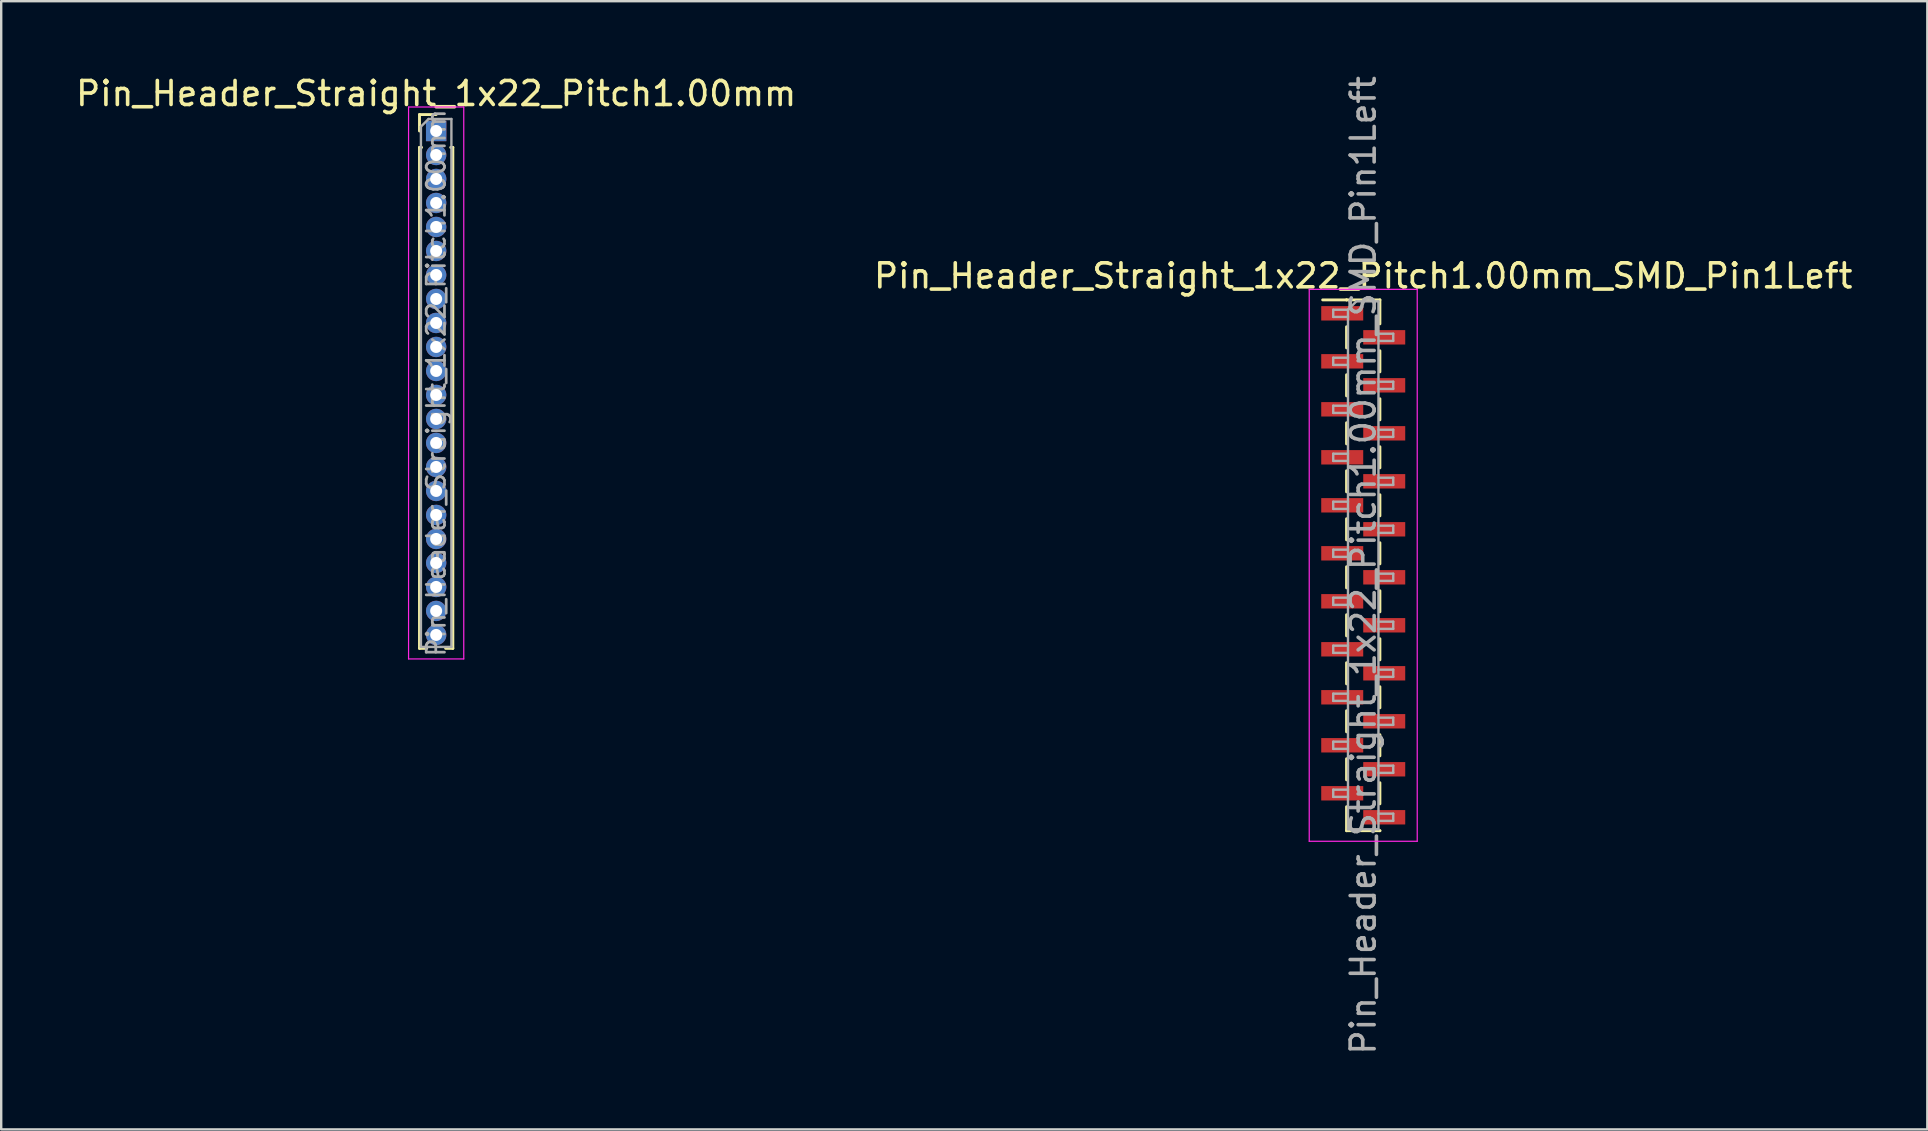
<source format=kicad_pcb>
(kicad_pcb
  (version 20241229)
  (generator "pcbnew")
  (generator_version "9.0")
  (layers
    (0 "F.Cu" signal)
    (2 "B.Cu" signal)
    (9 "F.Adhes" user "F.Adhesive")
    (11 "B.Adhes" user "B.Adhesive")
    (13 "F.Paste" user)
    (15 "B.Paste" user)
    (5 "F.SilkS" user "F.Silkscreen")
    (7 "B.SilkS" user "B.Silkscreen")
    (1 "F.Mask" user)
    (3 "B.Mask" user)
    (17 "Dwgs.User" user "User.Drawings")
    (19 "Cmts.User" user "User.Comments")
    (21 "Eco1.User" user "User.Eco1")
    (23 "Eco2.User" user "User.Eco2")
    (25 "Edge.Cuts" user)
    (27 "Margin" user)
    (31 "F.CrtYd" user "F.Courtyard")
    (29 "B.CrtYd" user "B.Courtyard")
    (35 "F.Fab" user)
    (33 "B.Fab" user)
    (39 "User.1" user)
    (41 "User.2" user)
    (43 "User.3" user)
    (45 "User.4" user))
  (footprint "Pin_Header_Straight_1x22_Pitch1.00mm_SMD_Pin1Left"
    (layer "F.Cu")
    (at 53.756 20.506)
    (property "Reference" "Pin_Header_Straight_1x22_Pitch1.00mm_SMD_Pin1Left" (at 0 -12.06 0) (layer "F.SilkS") (effects (font (size 1 1) (thickness 0.15))))
    (attr smd)
    (fp_line (start -0.695 -11.06) (end -1.69 -11.06) (stroke (width 0.12) (type solid)) (layer "F.SilkS"))
    (fp_line (start -0.695 -11.06) (end -0.695 -11.06) (stroke (width 0.12) (type solid)) (layer "F.SilkS"))
    (fp_line (start -0.695 -11.06) (end 0.695 -11.06) (stroke (width 0.12) (type solid)) (layer "F.SilkS"))
    (fp_line (start -0.695 -9.94) (end -0.695 -9.06) (stroke (width 0.12) (type solid)) (layer "F.SilkS"))
    (fp_line (start -0.695 -7.94) (end -0.695 -7.06) (stroke (width 0.12) (type solid)) (layer "F.SilkS"))
    (fp_line (start -0.695 -5.94) (end -0.695 -5.06) (stroke (width 0.12) (type solid)) (layer "F.SilkS"))
    (fp_line (start -0.695 -3.94) (end -0.695 -3.06) (stroke (width 0.12) (type solid)) (layer "F.SilkS"))
    (fp_line (start -0.695 -1.94) (end -0.695 -1.06) (stroke (width 0.12) (type solid)) (layer "F.SilkS"))
    (fp_line (start -0.695 0.06) (end -0.695 0.94) (stroke (width 0.12) (type solid)) (layer "F.SilkS"))
    (fp_line (start -0.695 2.06) (end -0.695 2.94) (stroke (width 0.12) (type solid)) (layer "F.SilkS"))
    (fp_line (start -0.695 4.06) (end -0.695 4.94) (stroke (width 0.12) (type solid)) (layer "F.SilkS"))
    (fp_line (start -0.695 6.06) (end -0.695 6.94) (stroke (width 0.12) (type solid)) (layer "F.SilkS"))
    (fp_line (start -0.695 8.06) (end -0.695 8.94) (stroke (width 0.12) (type solid)) (layer "F.SilkS"))
    (fp_line (start -0.695 10.06) (end -0.695 11.06) (stroke (width 0.12) (type solid)) (layer "F.SilkS"))
    (fp_line (start -0.695 11.06) (end 0.695 11.06) (stroke (width 0.12) (type solid)) (layer "F.SilkS"))
    (fp_line (start 0.695 -11.06) (end 0.695 -10.06) (stroke (width 0.12) (type solid)) (layer "F.SilkS"))
    (fp_line (start 0.695 -8.94) (end 0.695 -8.06) (stroke (width 0.12) (type solid)) (layer "F.SilkS"))
    (fp_line (start 0.695 -6.94) (end 0.695 -6.06) (stroke (width 0.12) (type solid)) (layer "F.SilkS"))
    (fp_line (start 0.695 -4.94) (end 0.695 -4.06) (stroke (width 0.12) (type solid)) (layer "F.SilkS"))
    (fp_line (start 0.695 -2.94) (end 0.695 -2.06) (stroke (width 0.12) (type solid)) (layer "F.SilkS"))
    (fp_line (start 0.695 -0.94) (end 0.695 -0.06) (stroke (width 0.12) (type solid)) (layer "F.SilkS"))
    (fp_line (start 0.695 1.06) (end 0.695 1.94) (stroke (width 0.12) (type solid)) (layer "F.SilkS"))
    (fp_line (start 0.695 3.06) (end 0.695 3.94) (stroke (width 0.12) (type solid)) (layer "F.SilkS"))
    (fp_line (start 0.695 5.06) (end 0.695 5.94) (stroke (width 0.12) (type solid)) (layer "F.SilkS"))
    (fp_line (start 0.695 7.06) (end 0.695 7.94) (stroke (width 0.12) (type solid)) (layer "F.SilkS"))
    (fp_line (start 0.695 9.06) (end 0.695 9.94) (stroke (width 0.12) (type solid)) (layer "F.SilkS"))
    (fp_line (start 0.695 11.06) (end 0.695 11.06) (stroke (width 0.12) (type solid)) (layer "F.SilkS"))
    (fp_line (start -2.25 -11.5) (end -2.25 11.5) (stroke (width 0.05) (type solid)) (layer "F.CrtYd"))
    (fp_line (start -2.25 11.5) (end 2.25 11.5) (stroke (width 0.05) (type solid)) (layer "F.CrtYd"))
    (fp_line (start 2.25 -11.5) (end -2.25 -11.5) (stroke (width 0.05) (type solid)) (layer "F.CrtYd"))
    (fp_line (start 2.25 11.5) (end 2.25 -11.5) (stroke (width 0.05) (type solid)) (layer "F.CrtYd"))
    (fp_line (start -1.25 -10.65) (end -1.25 -10.35) (stroke (width 0.1) (type solid)) (layer "F.Fab"))
    (fp_line (start -1.25 -10.35) (end -0.635 -10.35) (stroke (width 0.1) (type solid)) (layer "F.Fab"))
    (fp_line (start -1.25 -8.65) (end -1.25 -8.35) (stroke (width 0.1) (type solid)) (layer "F.Fab"))
    (fp_line (start -1.25 -8.35) (end -0.635 -8.35) (stroke (width 0.1) (type solid)) (layer "F.Fab"))
    (fp_line (start -1.25 -6.65) (end -1.25 -6.35) (stroke (width 0.1) (type solid)) (layer "F.Fab"))
    (fp_line (start -1.25 -6.35) (end -0.635 -6.35) (stroke (width 0.1) (type solid)) (layer "F.Fab"))
    (fp_line (start -1.25 -4.65) (end -1.25 -4.35) (stroke (width 0.1) (type solid)) (layer "F.Fab"))
    (fp_line (start -1.25 -4.35) (end -0.635 -4.35) (stroke (width 0.1) (type solid)) (layer "F.Fab"))
    (fp_line (start -1.25 -2.65) (end -1.25 -2.35) (stroke (width 0.1) (type solid)) (layer "F.Fab"))
    (fp_line (start -1.25 -2.35) (end -0.635 -2.35) (stroke (width 0.1) (type solid)) (layer "F.Fab"))
    (fp_line (start -1.25 -0.65) (end -1.25 -0.35) (stroke (width 0.1) (type solid)) (layer "F.Fab"))
    (fp_line (start -1.25 -0.35) (end -0.635 -0.35) (stroke (width 0.1) (type solid)) (layer "F.Fab"))
    (fp_line (start -1.25 1.35) (end -1.25 1.65) (stroke (width 0.1) (type solid)) (layer "F.Fab"))
    (fp_line (start -1.25 1.65) (end -0.635 1.65) (stroke (width 0.1) (type solid)) (layer "F.Fab"))
    (fp_line (start -1.25 3.35) (end -1.25 3.65) (stroke (width 0.1) (type solid)) (layer "F.Fab"))
    (fp_line (start -1.25 3.65) (end -0.635 3.65) (stroke (width 0.1) (type solid)) (layer "F.Fab"))
    (fp_line (start -1.25 5.35) (end -1.25 5.65) (stroke (width 0.1) (type solid)) (layer "F.Fab"))
    (fp_line (start -1.25 5.65) (end -0.635 5.65) (stroke (width 0.1) (type solid)) (layer "F.Fab"))
    (fp_line (start -1.25 7.35) (end -1.25 7.65) (stroke (width 0.1) (type solid)) (layer "F.Fab"))
    (fp_line (start -1.25 7.65) (end -0.635 7.65) (stroke (width 0.1) (type solid)) (layer "F.Fab"))
    (fp_line (start -1.25 9.35) (end -1.25 9.65) (stroke (width 0.1) (type solid)) (layer "F.Fab"))
    (fp_line (start -1.25 9.65) (end -0.635 9.65) (stroke (width 0.1) (type solid)) (layer "F.Fab"))
    (fp_line (start -0.635 -10.65) (end -1.25 -10.65) (stroke (width 0.1) (type solid)) (layer "F.Fab"))
    (fp_line (start -0.635 -10.65) (end -0.285 -11) (stroke (width 0.1) (type solid)) (layer "F.Fab"))
    (fp_line (start -0.635 -8.65) (end -1.25 -8.65) (stroke (width 0.1) (type solid)) (layer "F.Fab"))
    (fp_line (start -0.635 -6.65) (end -1.25 -6.65) (stroke (width 0.1) (type solid)) (layer "F.Fab"))
    (fp_line (start -0.635 -4.65) (end -1.25 -4.65) (stroke (width 0.1) (type solid)) (layer "F.Fab"))
    (fp_line (start -0.635 -2.65) (end -1.25 -2.65) (stroke (width 0.1) (type solid)) (layer "F.Fab"))
    (fp_line (start -0.635 -0.65) (end -1.25 -0.65) (stroke (width 0.1) (type solid)) (layer "F.Fab"))
    (fp_line (start -0.635 1.35) (end -1.25 1.35) (stroke (width 0.1) (type solid)) (layer "F.Fab"))
    (fp_line (start -0.635 3.35) (end -1.25 3.35) (stroke (width 0.1) (type solid)) (layer "F.Fab"))
    (fp_line (start -0.635 5.35) (end -1.25 5.35) (stroke (width 0.1) (type solid)) (layer "F.Fab"))
    (fp_line (start -0.635 7.35) (end -1.25 7.35) (stroke (width 0.1) (type solid)) (layer "F.Fab"))
    (fp_line (start -0.635 9.35) (end -1.25 9.35) (stroke (width 0.1) (type solid)) (layer "F.Fab"))
    (fp_line (start -0.635 11) (end -0.635 -10.65) (stroke (width 0.1) (type solid)) (layer "F.Fab"))
    (fp_line (start -0.285 -11) (end 0.635 -11) (stroke (width 0.1) (type solid)) (layer "F.Fab"))
    (fp_line (start 0.635 -11) (end 0.635 11) (stroke (width 0.1) (type solid)) (layer "F.Fab"))
    (fp_line (start 0.635 -9.65) (end 1.25 -9.65) (stroke (width 0.1) (type solid)) (layer "F.Fab"))
    (fp_line (start 0.635 -7.65) (end 1.25 -7.65) (stroke (width 0.1) (type solid)) (layer "F.Fab"))
    (fp_line (start 0.635 -5.65) (end 1.25 -5.65) (stroke (width 0.1) (type solid)) (layer "F.Fab"))
    (fp_line (start 0.635 -3.65) (end 1.25 -3.65) (stroke (width 0.1) (type solid)) (layer "F.Fab"))
    (fp_line (start 0.635 -1.65) (end 1.25 -1.65) (stroke (width 0.1) (type solid)) (layer "F.Fab"))
    (fp_line (start 0.635 0.35) (end 1.25 0.35) (stroke (width 0.1) (type solid)) (layer "F.Fab"))
    (fp_line (start 0.635 2.35) (end 1.25 2.35) (stroke (width 0.1) (type solid)) (layer "F.Fab"))
    (fp_line (start 0.635 4.35) (end 1.25 4.35) (stroke (width 0.1) (type solid)) (layer "F.Fab"))
    (fp_line (start 0.635 6.35) (end 1.25 6.35) (stroke (width 0.1) (type solid)) (layer "F.Fab"))
    (fp_line (start 0.635 8.35) (end 1.25 8.35) (stroke (width 0.1) (type solid)) (layer "F.Fab"))
    (fp_line (start 0.635 10.35) (end 1.25 10.35) (stroke (width 0.1) (type solid)) (layer "F.Fab"))
    (fp_line (start 0.635 11) (end -0.635 11) (stroke (width 0.1) (type solid)) (layer "F.Fab"))
    (fp_line (start 1.25 -9.65) (end 1.25 -9.35) (stroke (width 0.1) (type solid)) (layer "F.Fab"))
    (fp_line (start 1.25 -9.35) (end 0.635 -9.35) (stroke (width 0.1) (type solid)) (layer "F.Fab"))
    (fp_line (start 1.25 -7.65) (end 1.25 -7.35) (stroke (width 0.1) (type solid)) (layer "F.Fab"))
    (fp_line (start 1.25 -7.35) (end 0.635 -7.35) (stroke (width 0.1) (type solid)) (layer "F.Fab"))
    (fp_line (start 1.25 -5.65) (end 1.25 -5.35) (stroke (width 0.1) (type solid)) (layer "F.Fab"))
    (fp_line (start 1.25 -5.35) (end 0.635 -5.35) (stroke (width 0.1) (type solid)) (layer "F.Fab"))
    (fp_line (start 1.25 -3.65) (end 1.25 -3.35) (stroke (width 0.1) (type solid)) (layer "F.Fab"))
    (fp_line (start 1.25 -3.35) (end 0.635 -3.35) (stroke (width 0.1) (type solid)) (layer "F.Fab"))
    (fp_line (start 1.25 -1.65) (end 1.25 -1.35) (stroke (width 0.1) (type solid)) (layer "F.Fab"))
    (fp_line (start 1.25 -1.35) (end 0.635 -1.35) (stroke (width 0.1) (type solid)) (layer "F.Fab"))
    (fp_line (start 1.25 0.35) (end 1.25 0.65) (stroke (width 0.1) (type solid)) (layer "F.Fab"))
    (fp_line (start 1.25 0.65) (end 0.635 0.65) (stroke (width 0.1) (type solid)) (layer "F.Fab"))
    (fp_line (start 1.25 2.35) (end 1.25 2.65) (stroke (width 0.1) (type solid)) (layer "F.Fab"))
    (fp_line (start 1.25 2.65) (end 0.635 2.65) (stroke (width 0.1) (type solid)) (layer "F.Fab"))
    (fp_line (start 1.25 4.35) (end 1.25 4.65) (stroke (width 0.1) (type solid)) (layer "F.Fab"))
    (fp_line (start 1.25 4.65) (end 0.635 4.65) (stroke (width 0.1) (type solid)) (layer "F.Fab"))
    (fp_line (start 1.25 6.35) (end 1.25 6.65) (stroke (width 0.1) (type solid)) (layer "F.Fab"))
    (fp_line (start 1.25 6.65) (end 0.635 6.65) (stroke (width 0.1) (type solid)) (layer "F.Fab"))
    (fp_line (start 1.25 8.35) (end 1.25 8.65) (stroke (width 0.1) (type solid)) (layer "F.Fab"))
    (fp_line (start 1.25 8.65) (end 0.635 8.65) (stroke (width 0.1) (type solid)) (layer "F.Fab"))
    (fp_line (start 1.25 10.35) (end 1.25 10.65) (stroke (width 0.1) (type solid)) (layer "F.Fab"))
    (fp_line (start 1.25 10.65) (end 0.635 10.65) (stroke (width 0.1) (type solid)) (layer "F.Fab"))
    (fp_text user "${REFERENCE}" (at 0 0 90) (layer "F.Fab") (effects (font (size 1 1) (thickness 0.15))))
    (pad "1" smd rect (at -0.875 -10.5) (size 1.75 0.6) (layers "F.Cu" "F.Mask" "F.Paste"))
    (pad "2" smd rect (at 0.875 -9.5) (size 1.75 0.6) (layers "F.Cu" "F.Mask" "F.Paste"))
    (pad "3" smd rect (at -0.875 -8.5) (size 1.75 0.6) (layers "F.Cu" "F.Mask" "F.Paste"))
    (pad "4" smd rect (at 0.875 -7.5) (size 1.75 0.6) (layers "F.Cu" "F.Mask" "F.Paste"))
    (pad "5" smd rect (at -0.875 -6.5) (size 1.75 0.6) (layers "F.Cu" "F.Mask" "F.Paste"))
    (pad "6" smd rect (at 0.875 -5.5) (size 1.75 0.6) (layers "F.Cu" "F.Mask" "F.Paste"))
    (pad "7" smd rect (at -0.875 -4.5) (size 1.75 0.6) (layers "F.Cu" "F.Mask" "F.Paste"))
    (pad "8" smd rect (at 0.875 -3.5) (size 1.75 0.6) (layers "F.Cu" "F.Mask" "F.Paste"))
    (pad "9" smd rect (at -0.875 -2.5) (size 1.75 0.6) (layers "F.Cu" "F.Mask" "F.Paste"))
    (pad "10" smd rect (at 0.875 -1.5) (size 1.75 0.6) (layers "F.Cu" "F.Mask" "F.Paste"))
    (pad "11" smd rect (at -0.875 -0.5) (size 1.75 0.6) (layers "F.Cu" "F.Mask" "F.Paste"))
    (pad "12" smd rect (at 0.875 0.5) (size 1.75 0.6) (layers "F.Cu" "F.Mask" "F.Paste"))
    (pad "13" smd rect (at -0.875 1.5) (size 1.75 0.6) (layers "F.Cu" "F.Mask" "F.Paste"))
    (pad "14" smd rect (at 0.875 2.5) (size 1.75 0.6) (layers "F.Cu" "F.Mask" "F.Paste"))
    (pad "15" smd rect (at -0.875 3.5) (size 1.75 0.6) (layers "F.Cu" "F.Mask" "F.Paste"))
    (pad "16" smd rect (at 0.875 4.5) (size 1.75 0.6) (layers "F.Cu" "F.Mask" "F.Paste"))
    (pad "17" smd rect (at -0.875 5.5) (size 1.75 0.6) (layers "F.Cu" "F.Mask" "F.Paste"))
    (pad "18" smd rect (at 0.875 6.5) (size 1.75 0.6) (layers "F.Cu" "F.Mask" "F.Paste"))
    (pad "19" smd rect (at -0.875 7.5) (size 1.75 0.6) (layers "F.Cu" "F.Mask" "F.Paste"))
    (pad "20" smd rect (at 0.875 8.5) (size 1.75 0.6) (layers "F.Cu" "F.Mask" "F.Paste"))
    (pad "21" smd rect (at -0.875 9.5) (size 1.75 0.6) (layers "F.Cu" "F.Mask" "F.Paste"))
    (pad "22" smd rect (at 0.875 10.5) (size 1.75 0.6) (layers "F.Cu" "F.Mask" "F.Paste")))
  (footprint "Pin_Header_Straight_1x22_Pitch1.00mm"
    (layer "F.Cu")
    (at 15.125 2.408)
    (property "Reference" "Pin_Header_Straight_1x22_Pitch1.00mm" (at 0 -1.56 0) (layer "F.SilkS") (effects (font (size 1 1) (thickness 0.15))))
    (attr through_hole)
    (fp_line (start -0.695 -0.685) (end 0 -0.685) (stroke (width 0.12) (type solid)) (layer "F.SilkS"))
    (fp_line (start -0.695 0) (end -0.695 -0.685) (stroke (width 0.12) (type solid)) (layer "F.SilkS"))
    (fp_line (start -0.695 0.685) (end -0.695 21.56) (stroke (width 0.12) (type solid)) (layer "F.SilkS"))
    (fp_line (start -0.695 0.685) (end -0.608 0.685) (stroke (width 0.12) (type solid)) (layer "F.SilkS"))
    (fp_line (start -0.695 21.56) (end -0.394 21.56) (stroke (width 0.12) (type solid)) (layer "F.SilkS"))
    (fp_line (start 0.394 21.56) (end 0.695 21.56) (stroke (width 0.12) (type solid)) (layer "F.SilkS"))
    (fp_line (start 0.608 0.685) (end 0.695 0.685) (stroke (width 0.12) (type solid)) (layer "F.SilkS"))
    (fp_line (start 0.695 0.685) (end 0.695 21.56) (stroke (width 0.12) (type solid)) (layer "F.SilkS"))
    (fp_line (start -1.15 -1) (end -1.15 22) (stroke (width 0.05) (type solid)) (layer "F.CrtYd"))
    (fp_line (start -1.15 22) (end 1.15 22) (stroke (width 0.05) (type solid)) (layer "F.CrtYd"))
    (fp_line (start 1.15 -1) (end -1.15 -1) (stroke (width 0.05) (type solid)) (layer "F.CrtYd"))
    (fp_line (start 1.15 22) (end 1.15 -1) (stroke (width 0.05) (type solid)) (layer "F.CrtYd"))
    (fp_line (start -0.635 -0.182) (end -0.318 -0.5) (stroke (width 0.1) (type solid)) (layer "F.Fab"))
    (fp_line (start -0.635 21.5) (end -0.635 -0.182) (stroke (width 0.1) (type solid)) (layer "F.Fab"))
    (fp_line (start -0.318 -0.5) (end 0.635 -0.5) (stroke (width 0.1) (type solid)) (layer "F.Fab"))
    (fp_line (start 0.635 -0.5) (end 0.635 21.5) (stroke (width 0.1) (type solid)) (layer "F.Fab"))
    (fp_line (start 0.635 21.5) (end -0.635 21.5) (stroke (width 0.1) (type solid)) (layer "F.Fab"))
    (fp_text user "${REFERENCE}" (at 0 10.5 90) (layer "F.Fab") (effects (font (size 0.76 0.76) (thickness 0.114))))
    (pad "1" thru_hole rect (at 0 0) (size 0.85 0.85) (drill 0.5) (layers "*.Cu" "*.Mask"))
    (pad "2" thru_hole oval (at 0 1) (size 0.85 0.85) (drill 0.5) (layers "*.Cu" "*.Mask"))
    (pad "3" thru_hole oval (at 0 2) (size 0.85 0.85) (drill 0.5) (layers "*.Cu" "*.Mask"))
    (pad "4" thru_hole oval (at 0 3) (size 0.85 0.85) (drill 0.5) (layers "*.Cu" "*.Mask"))
    (pad "5" thru_hole oval (at 0 4) (size 0.85 0.85) (drill 0.5) (layers "*.Cu" "*.Mask"))
    (pad "6" thru_hole oval (at 0 5) (size 0.85 0.85) (drill 0.5) (layers "*.Cu" "*.Mask"))
    (pad "7" thru_hole oval (at 0 6) (size 0.85 0.85) (drill 0.5) (layers "*.Cu" "*.Mask"))
    (pad "8" thru_hole oval (at 0 7) (size 0.85 0.85) (drill 0.5) (layers "*.Cu" "*.Mask"))
    (pad "9" thru_hole oval (at 0 8) (size 0.85 0.85) (drill 0.5) (layers "*.Cu" "*.Mask"))
    (pad "10" thru_hole oval (at 0 9) (size 0.85 0.85) (drill 0.5) (layers "*.Cu" "*.Mask"))
    (pad "11" thru_hole oval (at 0 10) (size 0.85 0.85) (drill 0.5) (layers "*.Cu" "*.Mask"))
    (pad "12" thru_hole oval (at 0 11) (size 0.85 0.85) (drill 0.5) (layers "*.Cu" "*.Mask"))
    (pad "13" thru_hole oval (at 0 12) (size 0.85 0.85) (drill 0.5) (layers "*.Cu" "*.Mask"))
    (pad "14" thru_hole oval (at 0 13) (size 0.85 0.85) (drill 0.5) (layers "*.Cu" "*.Mask"))
    (pad "15" thru_hole oval (at 0 14) (size 0.85 0.85) (drill 0.5) (layers "*.Cu" "*.Mask"))
    (pad "16" thru_hole oval (at 0 15) (size 0.85 0.85) (drill 0.5) (layers "*.Cu" "*.Mask"))
    (pad "17" thru_hole oval (at 0 16) (size 0.85 0.85) (drill 0.5) (layers "*.Cu" "*.Mask"))
    (pad "18" thru_hole oval (at 0 17) (size 0.85 0.85) (drill 0.5) (layers "*.Cu" "*.Mask"))
    (pad "19" thru_hole oval (at 0 18) (size 0.85 0.85) (drill 0.5) (layers "*.Cu" "*.Mask"))
    (pad "20" thru_hole oval (at 0 19) (size 0.85 0.85) (drill 0.5) (layers "*.Cu" "*.Mask"))
    (pad "21" thru_hole oval (at 0 20) (size 0.85 0.85) (drill 0.5) (layers "*.Cu" "*.Mask"))
    (pad "22" thru_hole oval (at 0 21) (size 0.85 0.85) (drill 0.5) (layers "*.Cu" "*.Mask")))
  (gr_rect
    (start -3 -3)
    (end 77.262 44.012)
    (stroke (width 0.1) (type default))
    (fill no)
    (layer "Edge.Cuts")))
</source>
